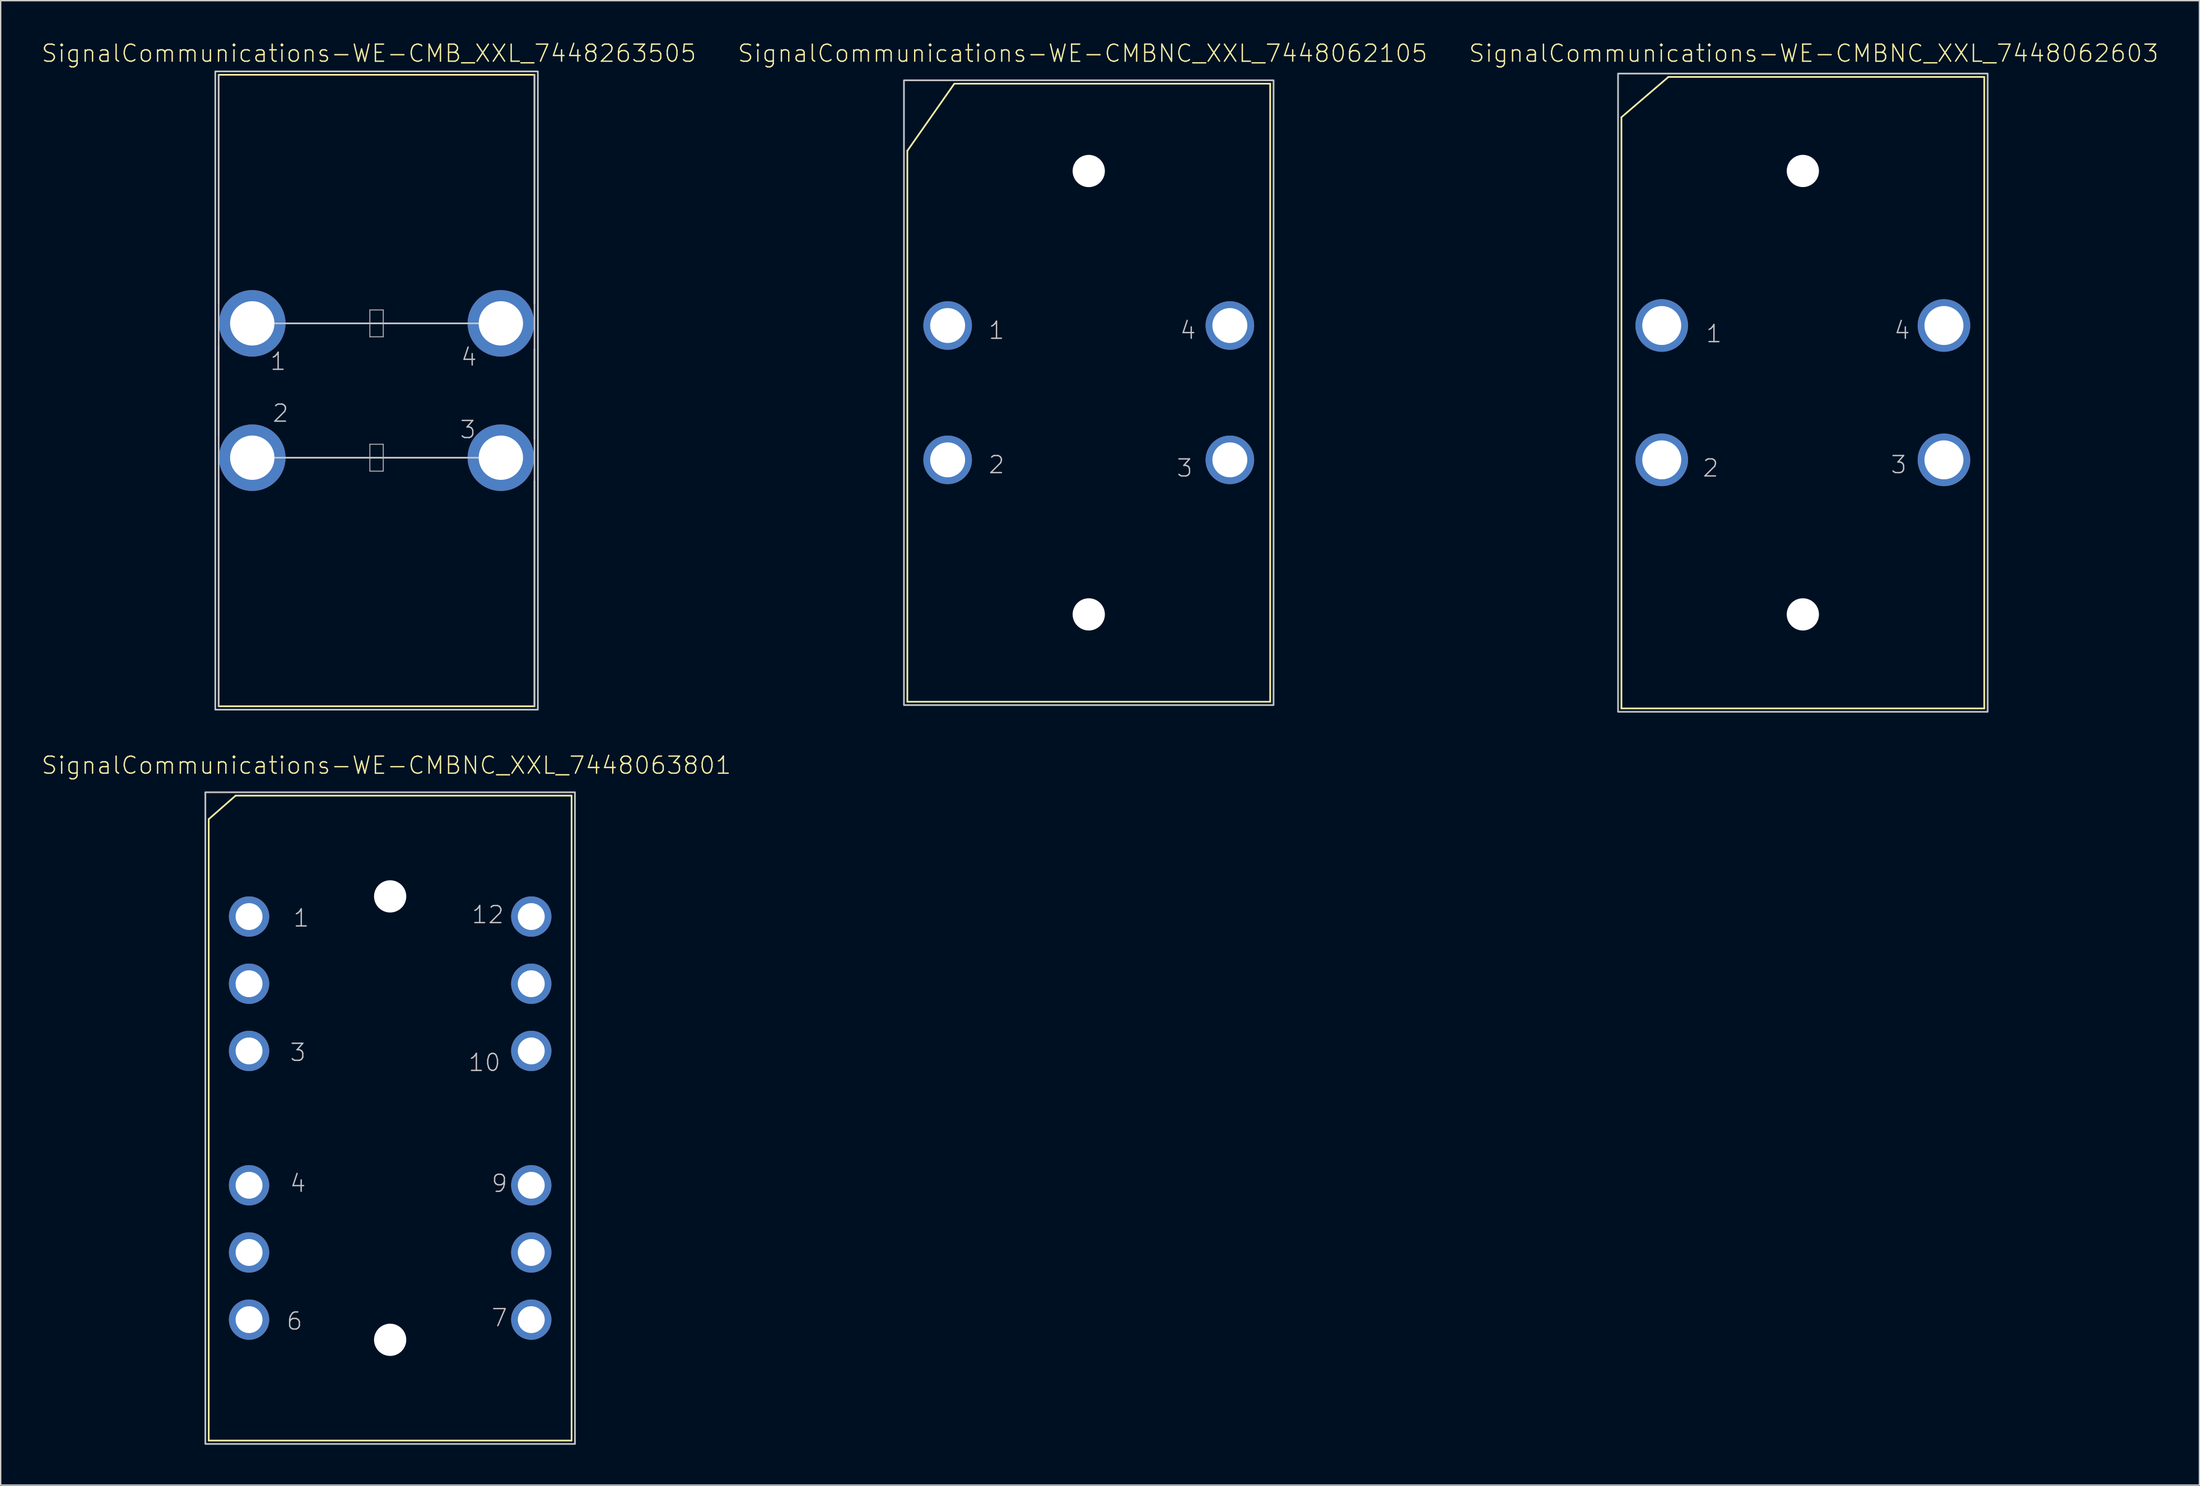
<source format=kicad_pcb>
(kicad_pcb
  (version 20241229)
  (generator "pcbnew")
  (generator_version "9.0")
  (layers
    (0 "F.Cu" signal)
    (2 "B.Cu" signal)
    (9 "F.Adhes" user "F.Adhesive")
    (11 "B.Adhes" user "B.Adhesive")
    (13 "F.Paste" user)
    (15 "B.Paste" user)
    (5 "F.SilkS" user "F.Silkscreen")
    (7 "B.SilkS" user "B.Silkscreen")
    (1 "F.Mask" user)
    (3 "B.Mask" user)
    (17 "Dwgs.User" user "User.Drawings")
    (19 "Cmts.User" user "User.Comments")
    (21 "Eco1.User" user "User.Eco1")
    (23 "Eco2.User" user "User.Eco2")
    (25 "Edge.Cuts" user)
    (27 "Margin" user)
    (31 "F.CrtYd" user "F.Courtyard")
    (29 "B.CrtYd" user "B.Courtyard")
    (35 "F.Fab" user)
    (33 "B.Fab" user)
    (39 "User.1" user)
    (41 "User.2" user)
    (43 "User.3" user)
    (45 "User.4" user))
  (footprint "SignalCommunications-WE-CMBNC_XXL_7448063801"
    (layer "F.Cu")
    (at 25.977 80.161)
    (property "Reference" "SignalCommunications-WE-CMBNC_XXL_7448063801" (at -0.279 -26.253 0) (layer "F.SilkS") (effects (font (size 1.27 1.27) (thickness 0.102))))
    (attr exclude_from_pos_files exclude_from_bom)
    (fp_line (start -13.498 -22.248) (end -11.499 -23.998) (stroke (width 0.127) (type solid)) (layer "F.SilkS"))
    (fp_line (start -13.498 23.998) (end -13.498 -22.248) (stroke (width 0.127) (type solid)) (layer "F.SilkS"))
    (fp_line (start -13.498 23.998) (end 13.498 23.998) (stroke (width 0.127) (type solid)) (layer "F.SilkS"))
    (fp_line (start -11.499 -23.998) (end 13.498 -23.998) (stroke (width 0.127) (type solid)) (layer "F.SilkS"))
    (fp_line (start 13.498 23.998) (end 13.498 -23.998) (stroke (width 0.127) (type solid)) (layer "F.SilkS"))
    (fp_poly (pts (xy -13.749 24.249) (xy -13.749 -24.249) (xy 13.749 -24.249) (xy 13.749 24.249) (xy -13.749 24.249)) (stroke (width 0.127) (type solid)) (fill no) (layer "Dwgs.User"))
    (fp_text user "4" (at -6.863 4.864 0) (layer "Dwgs.User") (effects (font (size 1.27 1.27) (thickness 0.102))))
    (fp_text user "9" (at 8.133 4.864 0) (layer "Dwgs.User") (effects (font (size 1.27 1.27) (thickness 0.102))))
    (fp_text user "10" (at 7.018 -4.133 0) (layer "Dwgs.User") (effects (font (size 1.27 1.27) (thickness 0.102))))
    (fp_text user "12" (at 7.269 -15.133 0) (layer "Dwgs.User") (effects (font (size 1.27 1.27) (thickness 0.102))))
    (fp_text user "1" (at -6.614 -14.884 0) (layer "Dwgs.User") (effects (font (size 1.27 1.27) (thickness 0.102))))
    (fp_text user "3" (at -6.863 -4.884 0) (layer "Dwgs.User") (effects (font (size 1.27 1.27) (thickness 0.102))))
    (fp_text user "7" (at 8.133 14.864 0) (layer "Dwgs.User") (effects (font (size 1.27 1.27) (thickness 0.102))))
    (fp_text user "6" (at -7.115 15.113 0) (layer "Dwgs.User") (effects (font (size 1.27 1.27) (thickness 0.102))))
    (pad "" np_thru_hole circle (at 0 -16.5) (size 2.398 2.398) (drill 2.398) (layers "*.Cu" "*.Mask"))
    (pad "" np_thru_hole circle (at 0 16.5) (size 2.398 2.398) (drill 2.398) (layers "*.Cu" "*.Mask"))
    (pad "1" thru_hole circle (at -10.498 -14.999) (size 3 3) (drill 1.999) (layers "*.Cu" "*.Paste" "*.Mask"))
    (pad "2" thru_hole circle (at -10.498 -10) (size 3 3) (drill 1.999) (layers "*.Cu" "*.Paste" "*.Mask"))
    (pad "3" thru_hole circle (at -10.498 -4.999) (size 3 3) (drill 1.999) (layers "*.Cu" "*.Paste" "*.Mask"))
    (pad "4" thru_hole circle (at -10.498 4.999) (size 3 3) (drill 1.999) (layers "*.Cu" "*.Paste" "*.Mask"))
    (pad "5" thru_hole circle (at -10.498 10) (size 3 3) (drill 1.999) (layers "*.Cu" "*.Paste" "*.Mask"))
    (pad "6" thru_hole circle (at -10.498 14.999) (size 3 3) (drill 1.999) (layers "*.Cu" "*.Paste" "*.Mask"))
    (pad "7" thru_hole circle (at 10.498 14.999) (size 3 3) (drill 1.999) (layers "*.Cu" "*.Paste" "*.Mask"))
    (pad "8" thru_hole circle (at 10.498 10) (size 3 3) (drill 1.999) (layers "*.Cu" "*.Paste" "*.Mask"))
    (pad "9" thru_hole circle (at 10.498 4.999) (size 3 3) (drill 1.999) (layers "*.Cu" "*.Paste" "*.Mask"))
    (pad "10" thru_hole circle (at 10.498 -4.999) (size 3 3) (drill 1.999) (layers "*.Cu" "*.Paste" "*.Mask"))
    (pad "11" thru_hole circle (at 10.498 -10) (size 3 3) (drill 1.999) (layers "*.Cu" "*.Paste" "*.Mask"))
    (pad "12" thru_hole circle (at 10.498 -14.999) (size 3 3) (drill 1.999) (layers "*.Cu" "*.Paste" "*.Mask")))
  (footprint "SignalCommunications-WE-CMBNC_XXL_7448062603"
    (layer "F.Cu")
    (at 131.08 26.174)
    (property "Reference" "SignalCommunications-WE-CMBNC_XXL_7448062603" (at 0.808 -25.253 0) (layer "F.SilkS") (effects (font (size 1.27 1.27) (thickness 0.102))))
    (attr exclude_from_pos_files exclude_from_bom)
    (fp_line (start -13.498 -20.498) (end -13.498 23.498) (stroke (width 0.127) (type solid)) (layer "F.SilkS"))
    (fp_line (start -13.498 23.498) (end 13.498 23.498) (stroke (width 0.127) (type solid)) (layer "F.SilkS"))
    (fp_line (start -10 -23.498) (end -13.498 -20.498) (stroke (width 0.127) (type solid)) (layer "F.SilkS"))
    (fp_line (start 13.498 -23.498) (end -10 -23.498) (stroke (width 0.127) (type solid)) (layer "F.SilkS"))
    (fp_line (start 13.498 23.498) (end 13.498 -23.498) (stroke (width 0.127) (type solid)) (layer "F.SilkS"))
    (fp_poly (pts (xy -13.749 23.749) (xy -13.749 -23.749) (xy 13.749 -23.749) (xy 13.749 23.749) (xy -13.749 23.749)) (stroke (width 0.127) (type solid)) (fill no) (layer "Dwgs.User"))
    (fp_text user "1" (at -6.614 -4.384 0) (layer "Dwgs.User") (effects (font (size 1.27 1.27) (thickness 0.102))))
    (fp_text user "3" (at 7.135 5.364 0) (layer "Dwgs.User") (effects (font (size 1.27 1.27) (thickness 0.102))))
    (fp_text user "4" (at 7.384 -4.633 0) (layer "Dwgs.User") (effects (font (size 1.27 1.27) (thickness 0.102))))
    (fp_text user "2" (at -6.863 5.613 0) (layer "Dwgs.User") (effects (font (size 1.27 1.27) (thickness 0.102))))
    (pad "" np_thru_hole circle (at 0 -16.5) (size 2.398 2.398) (drill 2.398) (layers "*.Cu" "*.Mask"))
    (pad "" np_thru_hole circle (at 0 16.5) (size 2.398 2.398) (drill 2.398) (layers "*.Cu" "*.Mask"))
    (pad "1" thru_hole circle (at -10.498 -4.999) (size 3.914 3.914) (drill 2.898) (layers "*.Cu" "*.Paste" "*.Mask"))
    (pad "2" thru_hole circle (at -10.498 4.999) (size 3.914 3.914) (drill 2.898) (layers "*.Cu" "*.Paste" "*.Mask"))
    (pad "3" thru_hole circle (at 10.498 4.999) (size 3.914 3.914) (drill 2.898) (layers "*.Cu" "*.Paste" "*.Mask"))
    (pad "4" thru_hole circle (at 10.498 -4.999) (size 3.914 3.914) (drill 2.898) (layers "*.Cu" "*.Paste" "*.Mask")))
  (footprint "SignalCommunications-WE-CMB_XXL_7448263505"
    (layer "F.Cu")
    (at 24.966 26.014)
    (property "Reference" "SignalCommunications-WE-CMB_XXL_7448263505" (at -0.569 -25.093 0) (layer "F.SilkS") (effects (font (size 1.27 1.27) (thickness 0.102))))
    (attr exclude_from_pos_files exclude_from_bom)
    (fp_line (start -11.748 -23.498) (end 11.748 -23.498) (stroke (width 0.127) (type solid)) (layer "F.SilkS"))
    (fp_line (start -11.748 -6.48) (end -11.748 -23.498) (stroke (width 0.127) (type solid)) (layer "F.SilkS"))
    (fp_line (start -11.748 -3.338) (end -11.748 3.348) (stroke (width 0.127) (type solid)) (layer "F.SilkS"))
    (fp_line (start -11.748 6.718) (end -11.748 23.498) (stroke (width 0.127) (type solid)) (layer "F.SilkS"))
    (fp_line (start -11.748 23.498) (end 11.748 23.498) (stroke (width 0.127) (type solid)) (layer "F.SilkS"))
    (fp_line (start 11.748 -6.48) (end 11.748 -23.498) (stroke (width 0.127) (type solid)) (layer "F.SilkS"))
    (fp_line (start 11.748 -3.078) (end 11.748 3.609) (stroke (width 0.127) (type solid)) (layer "F.SilkS"))
    (fp_line (start 11.748 6.739) (end 11.748 23.498) (stroke (width 0.127) (type solid)) (layer "F.SilkS"))
    (fp_line (start -11.748 23.498) (end -11.748 -23.498) (stroke (width 0.127) (type solid)) (layer "Dwgs.User"))
    (fp_line (start -8.999 -4.999) (end 8.999 -4.999) (stroke (width 0.127) (type solid)) (layer "Dwgs.User"))
    (fp_line (start -8.999 4.999) (end 8.999 4.999) (stroke (width 0.127) (type solid)) (layer "Dwgs.User"))
    (fp_line (start -0.498 -5.999) (end 0.498 -5.999) (stroke (width 0.066) (type solid)) (layer "Dwgs.User"))
    (fp_line (start -0.498 -3.998) (end -0.498 -5.999) (stroke (width 0.066) (type solid)) (layer "Dwgs.User"))
    (fp_line (start -0.498 -3.998) (end 0.498 -3.998) (stroke (width 0.066) (type solid)) (layer "Dwgs.User"))
    (fp_line (start -0.498 3.998) (end 0.498 3.998) (stroke (width 0.066) (type solid)) (layer "Dwgs.User"))
    (fp_line (start -0.498 5.999) (end -0.498 3.998) (stroke (width 0.066) (type solid)) (layer "Dwgs.User"))
    (fp_line (start -0.498 5.999) (end 0.498 5.999) (stroke (width 0.066) (type solid)) (layer "Dwgs.User"))
    (fp_line (start 0.498 -3.998) (end 0.498 -5.999) (stroke (width 0.066) (type solid)) (layer "Dwgs.User"))
    (fp_line (start 0.498 5.999) (end 0.498 3.998) (stroke (width 0.066) (type solid)) (layer "Dwgs.User"))
    (fp_line (start 11.748 23.498) (end 11.748 -23.498) (stroke (width 0.127) (type solid)) (layer "Dwgs.User"))
    (fp_poly (pts (xy -11.999 23.749) (xy -11.999 -23.749) (xy 11.999 -23.749) (xy 11.999 23.749) (xy -11.999 23.749)) (stroke (width 0.127) (type solid)) (fill no) (layer "Dwgs.User"))
    (fp_text user "1" (at -7.323 -2.164 0) (layer "Dwgs.User") (effects (font (size 1.27 1.27) (thickness 0.102))))
    (fp_text user "3" (at 6.795 2.913 0) (layer "Dwgs.User") (effects (font (size 1.27 1.27) (thickness 0.102))))
    (fp_text user "2" (at -7.142 1.694 0) (layer "Dwgs.User") (effects (font (size 1.27 1.27) (thickness 0.102))))
    (fp_text user "4" (at 6.873 -2.484 0) (layer "Dwgs.User") (effects (font (size 1.27 1.27) (thickness 0.102))))
    (pad "1" thru_hole circle (at -9.248 -4.999) (size 4.948 4.948) (drill 3.299) (layers "*.Cu" "*.Paste" "*.Mask"))
    (pad "2" thru_hole circle (at -9.248 4.999) (size 4.948 4.948) (drill 3.299) (layers "*.Cu" "*.Paste" "*.Mask"))
    (pad "3" thru_hole circle (at 9.248 4.999) (size 4.948 4.948) (drill 3.299) (layers "*.Cu" "*.Paste" "*.Mask"))
    (pad "4" thru_hole circle (at 9.248 -4.999) (size 4.948 4.948) (drill 3.299) (layers "*.Cu" "*.Paste" "*.Mask")))
  (footprint "SignalCommunications-WE-CMBNC_XXL_7448062105"
    (layer "F.Cu")
    (at 77.952 27.175)
    (property "Reference" "SignalCommunications-WE-CMBNC_XXL_7448062105" (at -0.46 -26.253 0) (layer "F.SilkS") (effects (font (size 1.27 1.27) (thickness 0.102))))
    (attr exclude_from_pos_files exclude_from_bom)
    (fp_line (start -13.498 -18.999) (end -13.498 21.999) (stroke (width 0.127) (type solid)) (layer "F.SilkS"))
    (fp_line (start -13.498 21.999) (end 13.498 21.999) (stroke (width 0.127) (type solid)) (layer "F.SilkS"))
    (fp_line (start -10 -23.998) (end -13.498 -18.999) (stroke (width 0.127) (type solid)) (layer "F.SilkS"))
    (fp_line (start 13.498 -23.998) (end -10 -23.998) (stroke (width 0.127) (type solid)) (layer "F.SilkS"))
    (fp_line (start 13.498 21.999) (end 13.498 -23.998) (stroke (width 0.127) (type solid)) (layer "F.SilkS"))
    (fp_poly (pts (xy -13.749 22.248) (xy -13.749 -24.249) (xy 13.749 -24.249) (xy 13.749 22.248) (xy -13.749 22.248)) (stroke (width 0.127) (type solid)) (fill no) (layer "Dwgs.User"))
    (fp_text user "3" (at 7.135 4.613 0) (layer "Dwgs.User") (effects (font (size 1.27 1.27) (thickness 0.102))))
    (fp_text user "4" (at 7.384 -5.634 0) (layer "Dwgs.User") (effects (font (size 1.27 1.27) (thickness 0.102))))
    (fp_text user "2" (at -6.863 4.364 0) (layer "Dwgs.User") (effects (font (size 1.27 1.27) (thickness 0.102))))
    (fp_text user "1" (at -6.863 -5.634 0) (layer "Dwgs.User") (effects (font (size 1.27 1.27) (thickness 0.102))))
    (pad "" np_thru_hole circle (at 0 -17.498) (size 2.398 2.398) (drill 2.398) (layers "*.Cu" "*.Mask"))
    (pad "" np_thru_hole circle (at 0 15.499) (size 2.398 2.398) (drill 2.398) (layers "*.Cu" "*.Mask"))
    (pad "1" thru_hole circle (at -10.498 -5.999) (size 3.614 3.614) (drill 2.598) (layers "*.Cu" "*.Paste" "*.Mask"))
    (pad "2" thru_hole circle (at -10.498 3.998) (size 3.614 3.614) (drill 2.598) (layers "*.Cu" "*.Paste" "*.Mask"))
    (pad "3" thru_hole circle (at 10.498 3.998) (size 3.614 3.614) (drill 2.598) (layers "*.Cu" "*.Paste" "*.Mask"))
    (pad "4" thru_hole circle (at 10.498 -5.999) (size 3.614 3.614) (drill 2.598) (layers "*.Cu" "*.Paste" "*.Mask")))
  (gr_rect
    (start -3 -3)
    (end 160.585 107.474)
    (stroke (width 0.1) (type default))
    (fill no)
    (layer "Edge.Cuts")))
</source>
